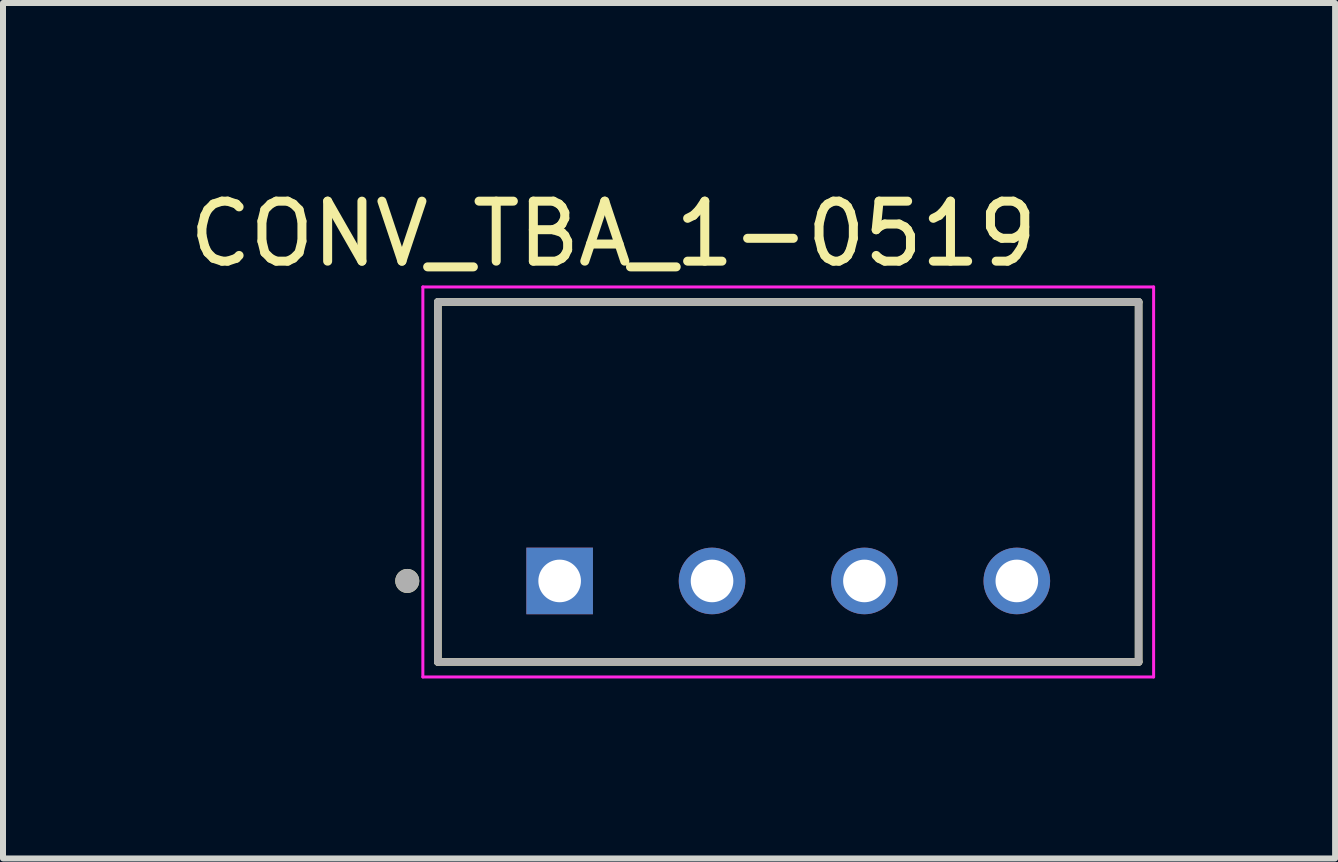
<source format=kicad_pcb>
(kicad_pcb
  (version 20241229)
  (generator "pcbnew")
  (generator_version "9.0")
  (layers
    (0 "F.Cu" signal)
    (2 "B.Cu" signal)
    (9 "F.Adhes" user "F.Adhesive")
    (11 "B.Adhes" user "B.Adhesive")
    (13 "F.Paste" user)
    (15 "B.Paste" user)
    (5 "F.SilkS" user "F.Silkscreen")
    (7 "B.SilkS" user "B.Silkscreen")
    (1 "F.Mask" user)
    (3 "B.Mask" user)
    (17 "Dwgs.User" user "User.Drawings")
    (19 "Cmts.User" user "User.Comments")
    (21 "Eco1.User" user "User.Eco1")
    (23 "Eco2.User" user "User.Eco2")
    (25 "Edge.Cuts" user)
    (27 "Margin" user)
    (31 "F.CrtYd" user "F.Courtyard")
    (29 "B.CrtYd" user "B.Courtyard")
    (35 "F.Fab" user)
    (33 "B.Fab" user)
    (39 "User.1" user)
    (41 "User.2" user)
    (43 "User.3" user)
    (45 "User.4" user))
  (footprint "CONV_TBA_1-0519"
    (layer "F.Cu")
    (at 10.088 4.983)
    (property "Reference" "CONV_TBA_1-0519" (at -2.915 -4.135 0) (layer "F.SilkS") (effects (font (size 1 1) (thickness 0.15))))
    (attr through_hole)
    (fp_line (start -5.84 -3) (end 5.84 -3) (stroke (width 0.127) (type solid)) (layer "F.SilkS"))
    (fp_line (start -5.84 3) (end -5.84 -3) (stroke (width 0.127) (type solid)) (layer "F.SilkS"))
    (fp_line (start 5.84 -3) (end 5.84 3) (stroke (width 0.127) (type solid)) (layer "F.SilkS"))
    (fp_line (start 5.84 3) (end -5.84 3) (stroke (width 0.127) (type solid)) (layer "F.SilkS"))
    (fp_circle (center -6.35 1.65) (end -6.25 1.65) (stroke (width 0.2) (type solid)) (fill no) (layer "F.SilkS"))
    (fp_line (start -6.09 -3.25) (end -6.09 3.25) (stroke (width 0.05) (type solid)) (layer "F.CrtYd"))
    (fp_line (start -6.09 3.25) (end 6.09 3.25) (stroke (width 0.05) (type solid)) (layer "F.CrtYd"))
    (fp_line (start 6.09 -3.25) (end -6.09 -3.25) (stroke (width 0.05) (type solid)) (layer "F.CrtYd"))
    (fp_line (start 6.09 3.25) (end 6.09 -3.25) (stroke (width 0.05) (type solid)) (layer "F.CrtYd"))
    (fp_line (start -5.84 -3) (end 5.84 -3) (stroke (width 0.127) (type solid)) (layer "F.Fab"))
    (fp_line (start -5.84 3) (end -5.84 -3) (stroke (width 0.127) (type solid)) (layer "F.Fab"))
    (fp_line (start 5.84 -3) (end 5.84 3) (stroke (width 0.127) (type solid)) (layer "F.Fab"))
    (fp_line (start 5.84 3) (end -5.84 3) (stroke (width 0.127) (type solid)) (layer "F.Fab"))
    (fp_circle (center -6.35 1.65) (end -6.25 1.65) (stroke (width 0.2) (type solid)) (fill no) (layer "F.Fab"))
    (pad "1" thru_hole rect (at -3.81 1.65) (size 1.11 1.11) (drill 0.71) (layers "*.Cu" "*.Mask"))
    (pad "2" thru_hole circle (at -1.27 1.65) (size 1.11 1.11) (drill 0.71) (layers "*.Cu" "*.Mask"))
    (pad "3" thru_hole circle (at 1.27 1.65) (size 1.11 1.11) (drill 0.71) (layers "*.Cu" "*.Mask"))
    (pad "4" thru_hole circle (at 3.81 1.65) (size 1.11 1.11) (drill 0.71) (layers "*.Cu" "*.Mask")))
  (gr_rect
    (start -3 -3)
    (end 19.203 11.258)
    (stroke (width 0.1) (type default))
    (fill no)
    (layer "Edge.Cuts")))
</source>
